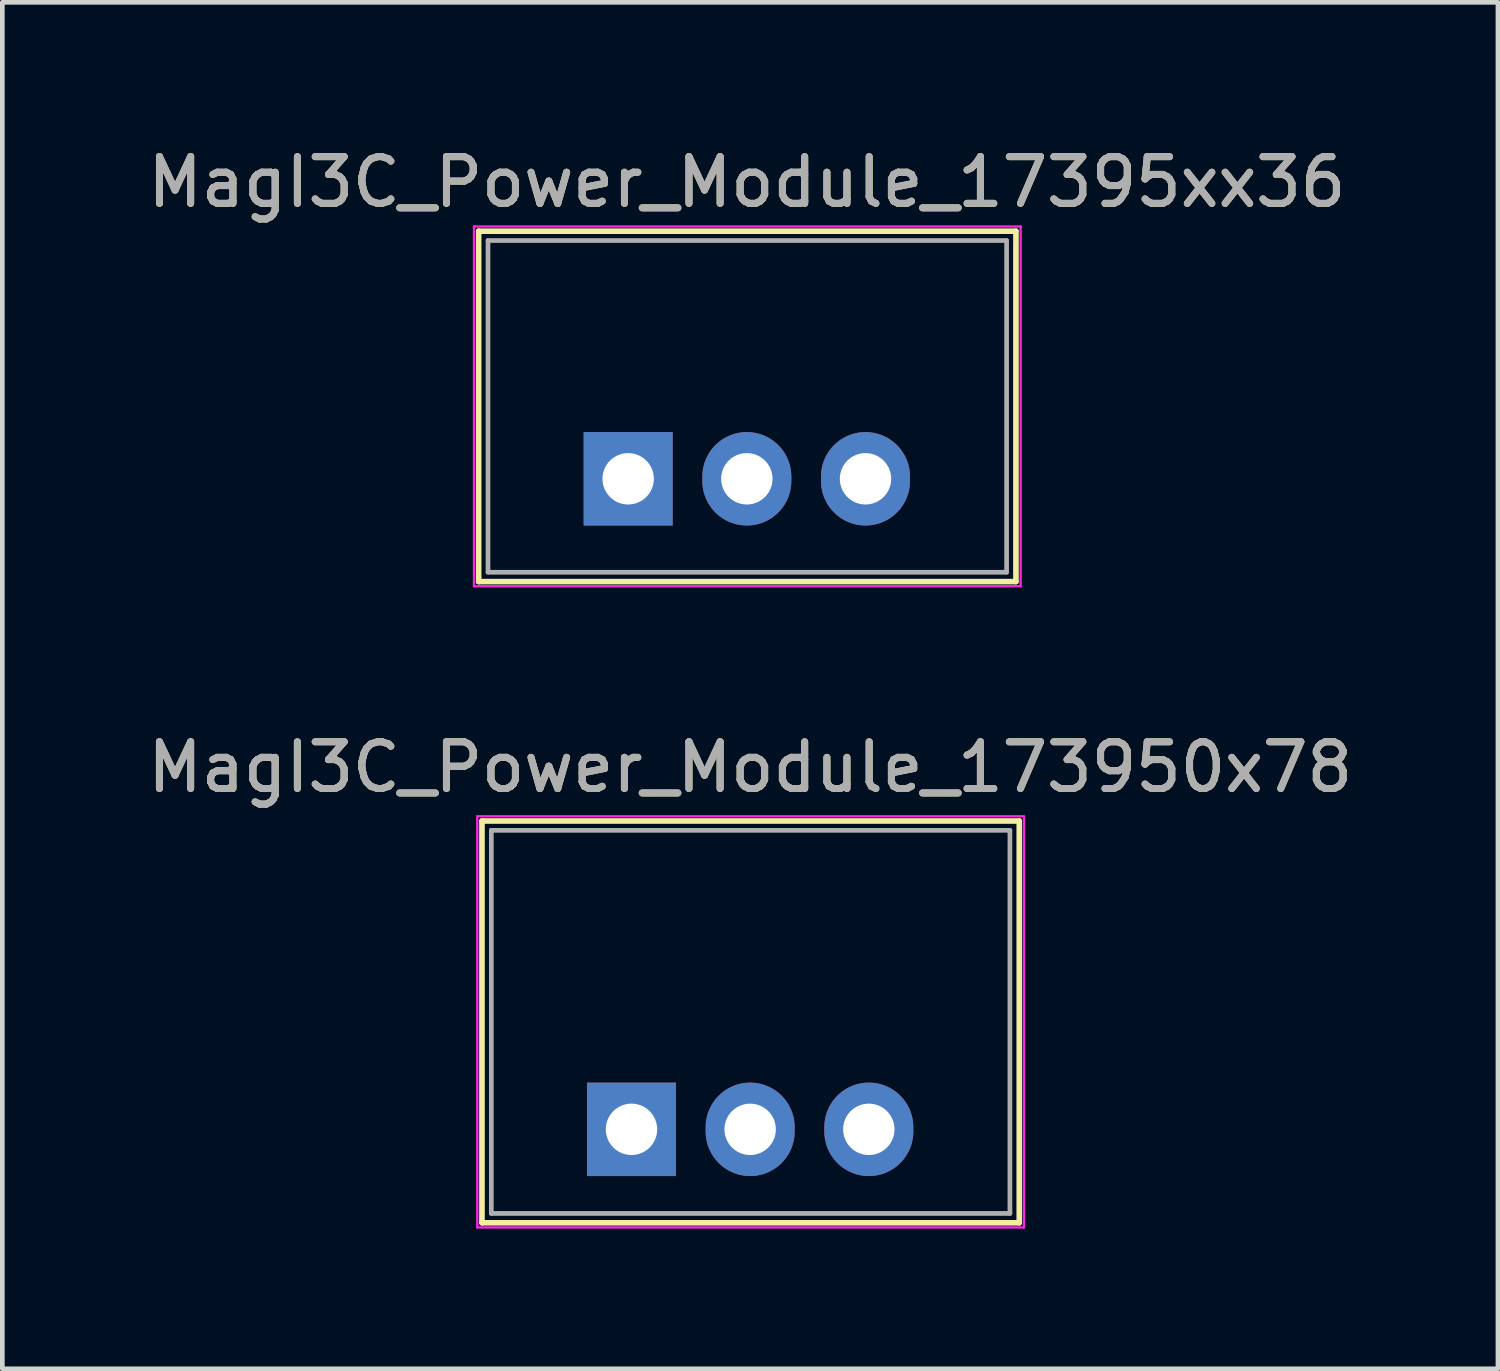
<source format=kicad_pcb>
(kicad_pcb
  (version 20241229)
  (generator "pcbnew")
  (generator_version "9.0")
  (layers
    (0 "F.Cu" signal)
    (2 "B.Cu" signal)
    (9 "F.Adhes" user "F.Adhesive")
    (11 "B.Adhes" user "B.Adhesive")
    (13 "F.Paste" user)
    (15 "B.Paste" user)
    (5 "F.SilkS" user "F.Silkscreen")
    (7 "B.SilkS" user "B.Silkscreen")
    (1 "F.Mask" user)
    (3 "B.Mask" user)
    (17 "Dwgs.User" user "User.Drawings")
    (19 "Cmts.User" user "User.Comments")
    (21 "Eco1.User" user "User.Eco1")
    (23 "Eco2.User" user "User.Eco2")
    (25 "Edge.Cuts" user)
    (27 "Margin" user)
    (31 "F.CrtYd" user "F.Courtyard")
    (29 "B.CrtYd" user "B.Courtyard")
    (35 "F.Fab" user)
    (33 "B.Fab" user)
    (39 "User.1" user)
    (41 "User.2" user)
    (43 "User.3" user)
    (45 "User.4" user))
  (footprint "MagI3C_Power_Module_173950x78"
    (layer "F.Cu")
    (at 10.466 21.122)
    (property "Reference" "MagI3C_Power_Module_173950x78" (at 2.54 -7.75 0) (layer "F.SilkS") (effects (font (size 1 1) (thickness 0.15))))
    (attr through_hole)
    (fp_line (start -3.2 -6.6) (end -3.2 2) (stroke (width 0.12) (type solid)) (layer "F.SilkS"))
    (fp_line (start -3.2 -6.6) (end 8.3 -6.6) (stroke (width 0.12) (type solid)) (layer "F.SilkS"))
    (fp_line (start -3.2 2) (end 8.3 2) (stroke (width 0.12) (type solid)) (layer "F.SilkS"))
    (fp_line (start 8.3 -6.6) (end 8.3 2) (stroke (width 0.12) (type solid)) (layer "F.SilkS"))
    (fp_line (start -3.3 -6.7) (end -3.3 2.1) (stroke (width 0.05) (type solid)) (layer "F.CrtYd"))
    (fp_line (start -3.3 2.1) (end 8.4 2.1) (stroke (width 0.05) (type solid)) (layer "F.CrtYd"))
    (fp_line (start 8.4 -6.7) (end -3.3 -6.7) (stroke (width 0.05) (type solid)) (layer "F.CrtYd"))
    (fp_line (start 8.4 2.1) (end 8.4 -6.7) (stroke (width 0.05) (type solid)) (layer "F.CrtYd"))
    (fp_line (start -3 -6.4) (end -3 1.8) (stroke (width 0.1) (type solid)) (layer "F.Fab"))
    (fp_line (start -3 1.8) (end 8.1 1.8) (stroke (width 0.1) (type solid)) (layer "F.Fab"))
    (fp_line (start 8.1 -6.4) (end -3 -6.4) (stroke (width 0.1) (type solid)) (layer "F.Fab"))
    (fp_line (start 8.1 1.8) (end 8.1 -6.4) (stroke (width 0.1) (type solid)) (layer "F.Fab"))
    (fp_text user "${REFERENCE}" (at 2.54 -7.75 0) (layer "F.Fab") (effects (font (size 1 1) (thickness 0.15))))
    (pad "1" thru_hole rect (at 0 0) (size 1.905 2) (drill 1.1) (layers "*.Cu" "*.Mask"))
    (pad "2" thru_hole oval (at 2.54 0) (size 1.905 2) (drill 1.1) (layers "*.Cu" "*.Mask"))
    (pad "3" thru_hole oval (at 5.08 0) (size 1.905 2) (drill 1.1) (layers "*.Cu" "*.Mask")))
  (footprint "MagI3C_Power_Module_17395xx36"
    (layer "F.Cu")
    (at 10.395 7.198)
    (property "Reference" "MagI3C_Power_Module_17395xx36" (at 2.54 -6.35 0) (layer "F.SilkS") (effects (font (size 1 1) (thickness 0.15))))
    (attr through_hole)
    (fp_line (start -3.2 -5.3) (end -3.2 2.2) (stroke (width 0.12) (type solid)) (layer "F.SilkS"))
    (fp_line (start -3.2 -5.3) (end 8.3 -5.3) (stroke (width 0.12) (type solid)) (layer "F.SilkS"))
    (fp_line (start -3.2 2.2) (end 8.3 2.2) (stroke (width 0.12) (type solid)) (layer "F.SilkS"))
    (fp_line (start 8.3 -5.3) (end 8.3 2.2) (stroke (width 0.12) (type solid)) (layer "F.SilkS"))
    (fp_line (start -3.3 -5.4) (end -3.3 2.3) (stroke (width 0.05) (type solid)) (layer "F.CrtYd"))
    (fp_line (start -3.3 2.3) (end 8.4 2.3) (stroke (width 0.05) (type solid)) (layer "F.CrtYd"))
    (fp_line (start 8.4 -5.4) (end -3.3 -5.4) (stroke (width 0.05) (type solid)) (layer "F.CrtYd"))
    (fp_line (start 8.4 2.3) (end 8.4 -5.4) (stroke (width 0.05) (type solid)) (layer "F.CrtYd"))
    (fp_line (start -3 -5.1) (end -3 2) (stroke (width 0.1) (type solid)) (layer "F.Fab"))
    (fp_line (start -3 2) (end 8.1 2) (stroke (width 0.1) (type solid)) (layer "F.Fab"))
    (fp_line (start 8.1 -5.1) (end -3 -5.1) (stroke (width 0.1) (type solid)) (layer "F.Fab"))
    (fp_line (start 8.1 2) (end 8.1 -5.1) (stroke (width 0.1) (type solid)) (layer "F.Fab"))
    (fp_text user "${REFERENCE}" (at 2.54 -6.35 0) (layer "F.Fab") (effects (font (size 1 1) (thickness 0.15))))
    (pad "1" thru_hole rect (at 0 0) (size 1.905 2) (drill 1.1) (layers "*.Cu" "*.Mask"))
    (pad "2" thru_hole oval (at 2.54 0) (size 1.905 2) (drill 1.1) (layers "*.Cu" "*.Mask"))
    (pad "3" thru_hole oval (at 5.08 0) (size 1.905 2) (drill 1.1) (layers "*.Cu" "*.Mask")))
  (gr_rect
    (start -3 -3)
    (end 29.012 26.247)
    (stroke (width 0.1) (type default))
    (fill no)
    (layer "Edge.Cuts")))
</source>
